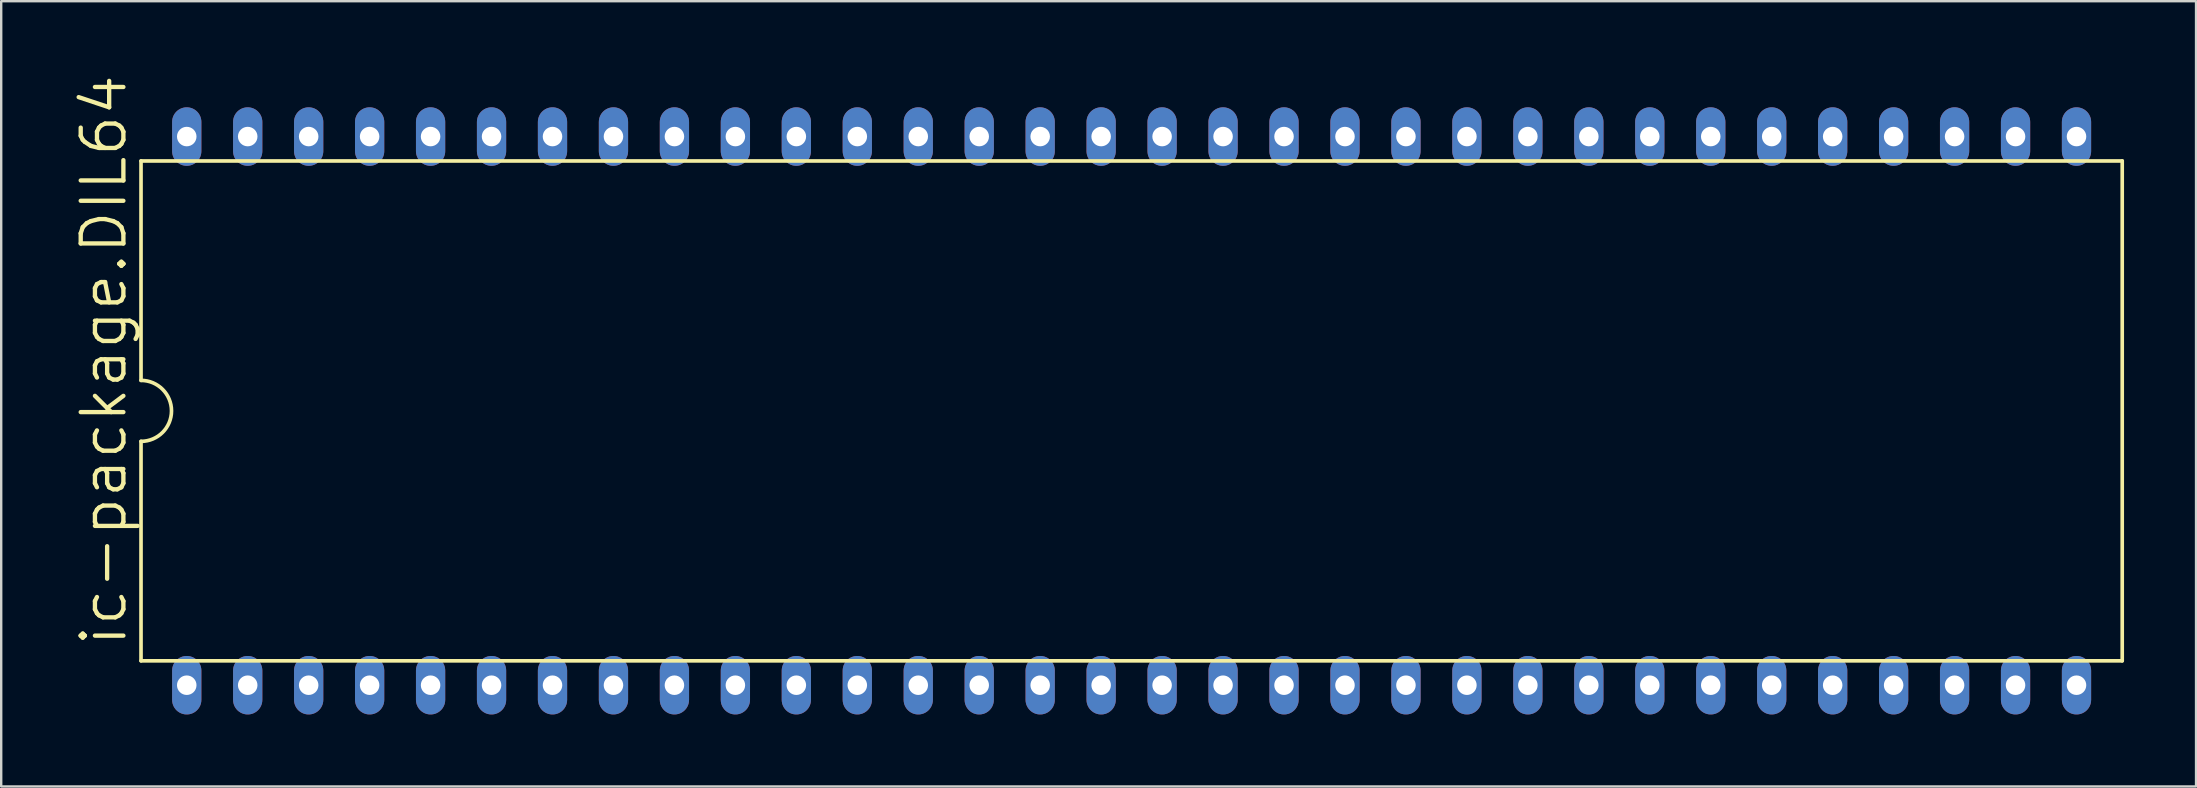
<source format=kicad_pcb>
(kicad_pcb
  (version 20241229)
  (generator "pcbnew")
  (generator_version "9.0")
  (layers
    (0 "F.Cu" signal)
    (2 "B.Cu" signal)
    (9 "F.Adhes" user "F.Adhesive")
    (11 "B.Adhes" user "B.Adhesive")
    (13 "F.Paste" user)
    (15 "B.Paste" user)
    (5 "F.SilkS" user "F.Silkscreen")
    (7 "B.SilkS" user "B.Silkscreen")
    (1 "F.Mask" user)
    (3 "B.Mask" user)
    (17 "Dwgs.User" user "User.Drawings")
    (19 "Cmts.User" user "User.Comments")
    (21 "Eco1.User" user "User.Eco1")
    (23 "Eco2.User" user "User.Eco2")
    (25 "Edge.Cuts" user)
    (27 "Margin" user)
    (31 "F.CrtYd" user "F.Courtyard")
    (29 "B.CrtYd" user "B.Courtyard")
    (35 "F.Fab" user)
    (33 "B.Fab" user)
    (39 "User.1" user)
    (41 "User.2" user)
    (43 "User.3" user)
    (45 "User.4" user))
  (footprint "ic-package.DIL64"
    (layer "F.Cu")
    (at 44.101 14.07)
    (property "Reference" "ic-package.DIL64" (at -41.783 9.906 90) (layer "F.SilkS") (effects (font (size 1.778 1.778) (thickness 0.18)) (justify left bottom)))
    (attr through_hole)
    (fp_line (start -41.275 -10.414) (end -41.275 -1.27) (stroke (width 0.152) (type default)) (layer "F.SilkS"))
    (fp_line (start -41.275 -10.414) (end 41.275 -10.414) (stroke (width 0.152) (type default)) (layer "F.SilkS"))
    (fp_line (start -41.275 1.27) (end -41.275 10.414) (stroke (width 0.152) (type default)) (layer "F.SilkS"))
    (fp_line (start -41.275 10.414) (end 41.275 10.414) (stroke (width 0.152) (type default)) (layer "F.SilkS"))
    (fp_line (start 41.275 10.414) (end 41.275 -10.414) (stroke (width 0.152) (type default)) (layer "F.SilkS"))
    (fp_arc (start -41.275 -1.27) (mid -40.005 0) (end -41.275 1.27) (stroke (width 0.1524) (type default)) (layer "F.SilkS"))
    (pad "1" thru_hole oval (at -39.37 11.43 90) (size 2.438 1.219) (drill 0.813) (layers "*.Cu" "*.Mask"))
    (pad "2" thru_hole oval (at -36.83 11.43 90) (size 2.438 1.219) (drill 0.813) (layers "*.Cu" "*.Mask"))
    (pad "3" thru_hole oval (at -34.29 11.43 90) (size 2.438 1.219) (drill 0.813) (layers "*.Cu" "*.Mask"))
    (pad "4" thru_hole oval (at -31.75 11.43 90) (size 2.438 1.219) (drill 0.813) (layers "*.Cu" "*.Mask"))
    (pad "5" thru_hole oval (at -29.21 11.43 90) (size 2.438 1.219) (drill 0.813) (layers "*.Cu" "*.Mask"))
    (pad "6" thru_hole oval (at -26.67 11.43 90) (size 2.438 1.219) (drill 0.813) (layers "*.Cu" "*.Mask"))
    (pad "7" thru_hole oval (at -24.13 11.43 90) (size 2.438 1.219) (drill 0.813) (layers "*.Cu" "*.Mask"))
    (pad "8" thru_hole oval (at -21.59 11.43 90) (size 2.438 1.219) (drill 0.813) (layers "*.Cu" "*.Mask"))
    (pad "9" thru_hole oval (at -19.05 11.43 90) (size 2.438 1.219) (drill 0.813) (layers "*.Cu" "*.Mask"))
    (pad "10" thru_hole oval (at -16.51 11.43 90) (size 2.438 1.219) (drill 0.813) (layers "*.Cu" "*.Mask"))
    (pad "11" thru_hole oval (at -13.97 11.43 90) (size 2.438 1.219) (drill 0.813) (layers "*.Cu" "*.Mask"))
    (pad "12" thru_hole oval (at -11.43 11.43 90) (size 2.438 1.219) (drill 0.813) (layers "*.Cu" "*.Mask"))
    (pad "13" thru_hole oval (at -8.89 11.43 90) (size 2.438 1.219) (drill 0.813) (layers "*.Cu" "*.Mask"))
    (pad "14" thru_hole oval (at -6.35 11.43 90) (size 2.438 1.219) (drill 0.813) (layers "*.Cu" "*.Mask"))
    (pad "15" thru_hole oval (at -3.81 11.43 90) (size 2.438 1.219) (drill 0.813) (layers "*.Cu" "*.Mask"))
    (pad "16" thru_hole oval (at -1.27 11.43 90) (size 2.438 1.219) (drill 0.813) (layers "*.Cu" "*.Mask"))
    (pad "17" thru_hole oval (at 1.27 11.43 90) (size 2.438 1.219) (drill 0.813) (layers "*.Cu" "*.Mask"))
    (pad "18" thru_hole oval (at 3.81 11.43 90) (size 2.438 1.219) (drill 0.813) (layers "*.Cu" "*.Mask"))
    (pad "19" thru_hole oval (at 6.35 11.43 90) (size 2.438 1.219) (drill 0.813) (layers "*.Cu" "*.Mask"))
    (pad "20" thru_hole oval (at 8.89 11.43 90) (size 2.438 1.219) (drill 0.813) (layers "*.Cu" "*.Mask"))
    (pad "21" thru_hole oval (at 11.43 11.43 90) (size 2.438 1.219) (drill 0.813) (layers "*.Cu" "*.Mask"))
    (pad "22" thru_hole oval (at 13.97 11.43 90) (size 2.438 1.219) (drill 0.813) (layers "*.Cu" "*.Mask"))
    (pad "23" thru_hole oval (at 16.51 11.43 90) (size 2.438 1.219) (drill 0.813) (layers "*.Cu" "*.Mask"))
    (pad "24" thru_hole oval (at 19.05 11.43 90) (size 2.438 1.219) (drill 0.813) (layers "*.Cu" "*.Mask"))
    (pad "25" thru_hole oval (at 21.59 11.43 90) (size 2.438 1.219) (drill 0.813) (layers "*.Cu" "*.Mask"))
    (pad "26" thru_hole oval (at 24.13 11.43 90) (size 2.438 1.219) (drill 0.813) (layers "*.Cu" "*.Mask"))
    (pad "27" thru_hole oval (at 26.67 11.43 90) (size 2.438 1.219) (drill 0.813) (layers "*.Cu" "*.Mask"))
    (pad "28" thru_hole oval (at 29.21 11.43 90) (size 2.438 1.219) (drill 0.813) (layers "*.Cu" "*.Mask"))
    (pad "29" thru_hole oval (at 31.75 11.43 90) (size 2.438 1.219) (drill 0.813) (layers "*.Cu" "*.Mask"))
    (pad "30" thru_hole oval (at 34.29 11.43 90) (size 2.438 1.219) (drill 0.813) (layers "*.Cu" "*.Mask"))
    (pad "31" thru_hole oval (at 36.83 11.43 90) (size 2.438 1.219) (drill 0.813) (layers "*.Cu" "*.Mask"))
    (pad "32" thru_hole oval (at 39.37 11.43 90) (size 2.438 1.219) (drill 0.813) (layers "*.Cu" "*.Mask"))
    (pad "33" thru_hole oval (at 39.37 -11.43 90) (size 2.438 1.219) (drill 0.813) (layers "*.Cu" "*.Mask"))
    (pad "34" thru_hole oval (at 36.83 -11.43 90) (size 2.438 1.219) (drill 0.813) (layers "*.Cu" "*.Mask"))
    (pad "35" thru_hole oval (at 34.29 -11.43 90) (size 2.438 1.219) (drill 0.813) (layers "*.Cu" "*.Mask"))
    (pad "36" thru_hole oval (at 31.75 -11.43 90) (size 2.438 1.219) (drill 0.813) (layers "*.Cu" "*.Mask"))
    (pad "37" thru_hole oval (at 29.21 -11.43 90) (size 2.438 1.219) (drill 0.813) (layers "*.Cu" "*.Mask"))
    (pad "38" thru_hole oval (at 26.67 -11.43 90) (size 2.438 1.219) (drill 0.813) (layers "*.Cu" "*.Mask"))
    (pad "39" thru_hole oval (at 24.13 -11.43 90) (size 2.438 1.219) (drill 0.813) (layers "*.Cu" "*.Mask"))
    (pad "40" thru_hole oval (at 21.59 -11.43 90) (size 2.438 1.219) (drill 0.813) (layers "*.Cu" "*.Mask"))
    (pad "41" thru_hole oval (at 19.05 -11.43 90) (size 2.438 1.219) (drill 0.813) (layers "*.Cu" "*.Mask"))
    (pad "42" thru_hole oval (at 16.51 -11.43 90) (size 2.438 1.219) (drill 0.813) (layers "*.Cu" "*.Mask"))
    (pad "43" thru_hole oval (at 13.97 -11.43 90) (size 2.438 1.219) (drill 0.813) (layers "*.Cu" "*.Mask"))
    (pad "44" thru_hole oval (at 11.43 -11.43 90) (size 2.438 1.219) (drill 0.813) (layers "*.Cu" "*.Mask"))
    (pad "45" thru_hole oval (at 8.89 -11.43 90) (size 2.438 1.219) (drill 0.813) (layers "*.Cu" "*.Mask"))
    (pad "46" thru_hole oval (at 6.35 -11.43 90) (size 2.438 1.219) (drill 0.813) (layers "*.Cu" "*.Mask"))
    (pad "47" thru_hole oval (at 3.81 -11.43 90) (size 2.438 1.219) (drill 0.813) (layers "*.Cu" "*.Mask"))
    (pad "48" thru_hole oval (at 1.27 -11.43 90) (size 2.438 1.219) (drill 0.813) (layers "*.Cu" "*.Mask"))
    (pad "49" thru_hole oval (at -1.27 -11.43 90) (size 2.438 1.219) (drill 0.813) (layers "*.Cu" "*.Mask"))
    (pad "50" thru_hole oval (at -3.81 -11.43 90) (size 2.438 1.219) (drill 0.813) (layers "*.Cu" "*.Mask"))
    (pad "51" thru_hole oval (at -6.35 -11.43 90) (size 2.438 1.219) (drill 0.813) (layers "*.Cu" "*.Mask"))
    (pad "52" thru_hole oval (at -8.89 -11.43 90) (size 2.438 1.219) (drill 0.813) (layers "*.Cu" "*.Mask"))
    (pad "53" thru_hole oval (at -11.43 -11.43 90) (size 2.438 1.219) (drill 0.813) (layers "*.Cu" "*.Mask"))
    (pad "54" thru_hole oval (at -13.97 -11.43 90) (size 2.438 1.219) (drill 0.813) (layers "*.Cu" "*.Mask"))
    (pad "55" thru_hole oval (at -16.51 -11.43 90) (size 2.438 1.219) (drill 0.813) (layers "*.Cu" "*.Mask"))
    (pad "56" thru_hole oval (at -19.05 -11.43 90) (size 2.438 1.219) (drill 0.813) (layers "*.Cu" "*.Mask"))
    (pad "57" thru_hole oval (at -21.59 -11.43 90) (size 2.438 1.219) (drill 0.813) (layers "*.Cu" "*.Mask"))
    (pad "58" thru_hole oval (at -24.13 -11.43 90) (size 2.438 1.219) (drill 0.813) (layers "*.Cu" "*.Mask"))
    (pad "59" thru_hole oval (at -26.67 -11.43 90) (size 2.438 1.219) (drill 0.813) (layers "*.Cu" "*.Mask"))
    (pad "60" thru_hole oval (at -29.21 -11.43 90) (size 2.438 1.219) (drill 0.813) (layers "*.Cu" "*.Mask"))
    (pad "61" thru_hole oval (at -31.75 -11.43 90) (size 2.438 1.219) (drill 0.813) (layers "*.Cu" "*.Mask"))
    (pad "62" thru_hole oval (at -34.29 -11.43 90) (size 2.438 1.219) (drill 0.813) (layers "*.Cu" "*.Mask"))
    (pad "63" thru_hole oval (at -36.83 -11.43 90) (size 2.438 1.219) (drill 0.813) (layers "*.Cu" "*.Mask"))
    (pad "64" thru_hole oval (at -39.37 -11.43 90) (size 2.438 1.219) (drill 0.813) (layers "*.Cu" "*.Mask")))
  (gr_rect
    (start -3 -3)
    (end 88.452 29.719)
    (stroke (width 0.1) (type default))
    (fill no)
    (layer "Edge.Cuts")))
</source>
